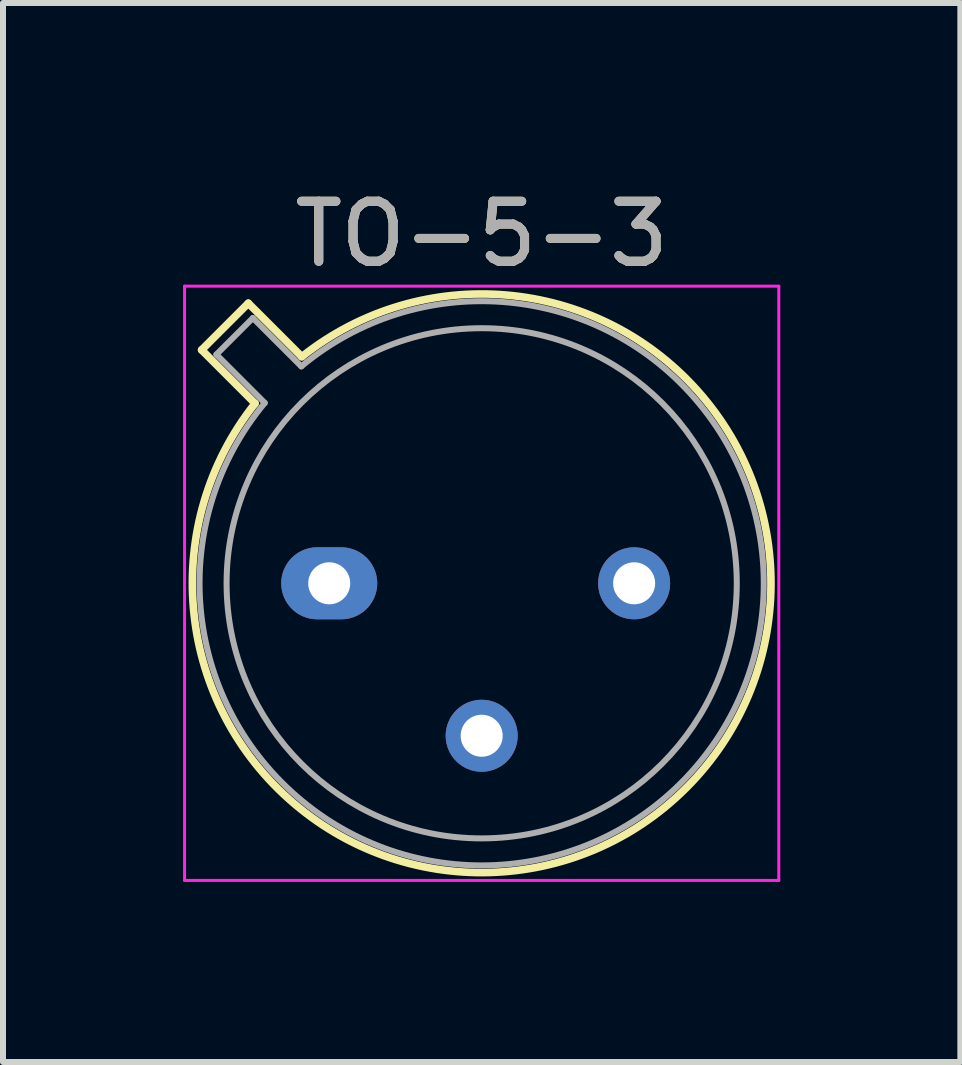
<source format=kicad_pcb>
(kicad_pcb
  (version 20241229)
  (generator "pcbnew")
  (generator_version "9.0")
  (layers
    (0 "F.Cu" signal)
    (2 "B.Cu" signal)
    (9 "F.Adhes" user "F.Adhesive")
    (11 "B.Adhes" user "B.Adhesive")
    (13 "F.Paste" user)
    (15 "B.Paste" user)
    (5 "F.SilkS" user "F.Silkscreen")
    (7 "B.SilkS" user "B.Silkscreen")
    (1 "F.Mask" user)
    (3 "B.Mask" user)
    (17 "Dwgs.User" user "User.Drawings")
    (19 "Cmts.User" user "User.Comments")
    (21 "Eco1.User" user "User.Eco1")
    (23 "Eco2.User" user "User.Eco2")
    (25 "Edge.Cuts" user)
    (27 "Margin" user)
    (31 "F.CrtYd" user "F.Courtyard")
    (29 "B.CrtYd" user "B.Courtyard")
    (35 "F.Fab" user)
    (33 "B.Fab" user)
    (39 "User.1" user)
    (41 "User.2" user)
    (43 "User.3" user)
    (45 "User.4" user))
  (footprint "TO-5-3"
    (layer "F.Cu")
    (at 2.435 6.668)
    (property "Reference" "TO-5-3" (at 2.54 -5.82 0) (layer "F.SilkS") (effects (font (size 1 1) (thickness 0.15))))
    (attr through_hole)
    (fp_line (start -2.126 -3.888) (end -1.235 -2.997) (stroke (width 0.127) (type solid)) (layer "F.SilkS"))
    (fp_line (start -1.348 -4.666) (end -2.126 -3.888) (stroke (width 0.127) (type solid)) (layer "F.SilkS"))
    (fp_line (start -0.457 -3.775) (end -1.348 -4.666) (stroke (width 0.127) (type solid)) (layer "F.SilkS"))
    (fp_arc (start -0.457084 -3.774902) (mid 5.948125 3.408384) (end -1.234674 -2.997371) (stroke (width 0.127) (type solid)) (layer "F.SilkS"))
    (fp_line (start -2.41 -4.95) (end -2.41 4.95) (stroke (width 0.05) (type solid)) (layer "F.CrtYd"))
    (fp_line (start -2.41 4.95) (end 7.49 4.95) (stroke (width 0.05) (type solid)) (layer "F.CrtYd"))
    (fp_line (start 7.49 -4.95) (end -2.41 -4.95) (stroke (width 0.05) (type solid)) (layer "F.CrtYd"))
    (fp_line (start 7.49 4.95) (end 7.49 -4.95) (stroke (width 0.05) (type solid)) (layer "F.CrtYd"))
    (fp_line (start -1.88 -3.812) (end -1.074 -3.005) (stroke (width 0.1) (type solid)) (layer "F.Fab"))
    (fp_line (start -1.272 -4.42) (end -1.88 -3.812) (stroke (width 0.1) (type solid)) (layer "F.Fab"))
    (fp_line (start -0.465 -3.614) (end -1.272 -4.42) (stroke (width 0.1) (type solid)) (layer "F.Fab"))
    (fp_arc (start -0.465408 -3.61352) (mid 5.863443 3.323361) (end -1.073594 -3.005319) (stroke (width 0.1) (type solid)) (layer "F.Fab"))
    (fp_circle (center 2.54 0) (end 6.79 0) (stroke (width 0.1) (type solid)) (fill no) (layer "F.Fab"))
    (fp_text user "${REFERENCE}" (at 2.54 -5.82 0) (layer "F.Fab") (effects (font (size 1 1) (thickness 0.15))))
    (pad "1" thru_hole oval (at 0 0) (size 1.6 1.2) (drill 0.7) (layers "*.Cu" "*.Mask"))
    (pad "2" thru_hole oval (at 2.54 2.54) (size 1.2 1.2) (drill 0.7) (layers "*.Cu" "*.Mask"))
    (pad "3" thru_hole oval (at 5.08 0) (size 1.2 1.2) (drill 0.7) (layers "*.Cu" "*.Mask")))
  (gr_rect
    (start -3 -3)
    (end 12.95 14.643)
    (stroke (width 0.1) (type default))
    (fill no)
    (layer "Edge.Cuts")))
</source>
